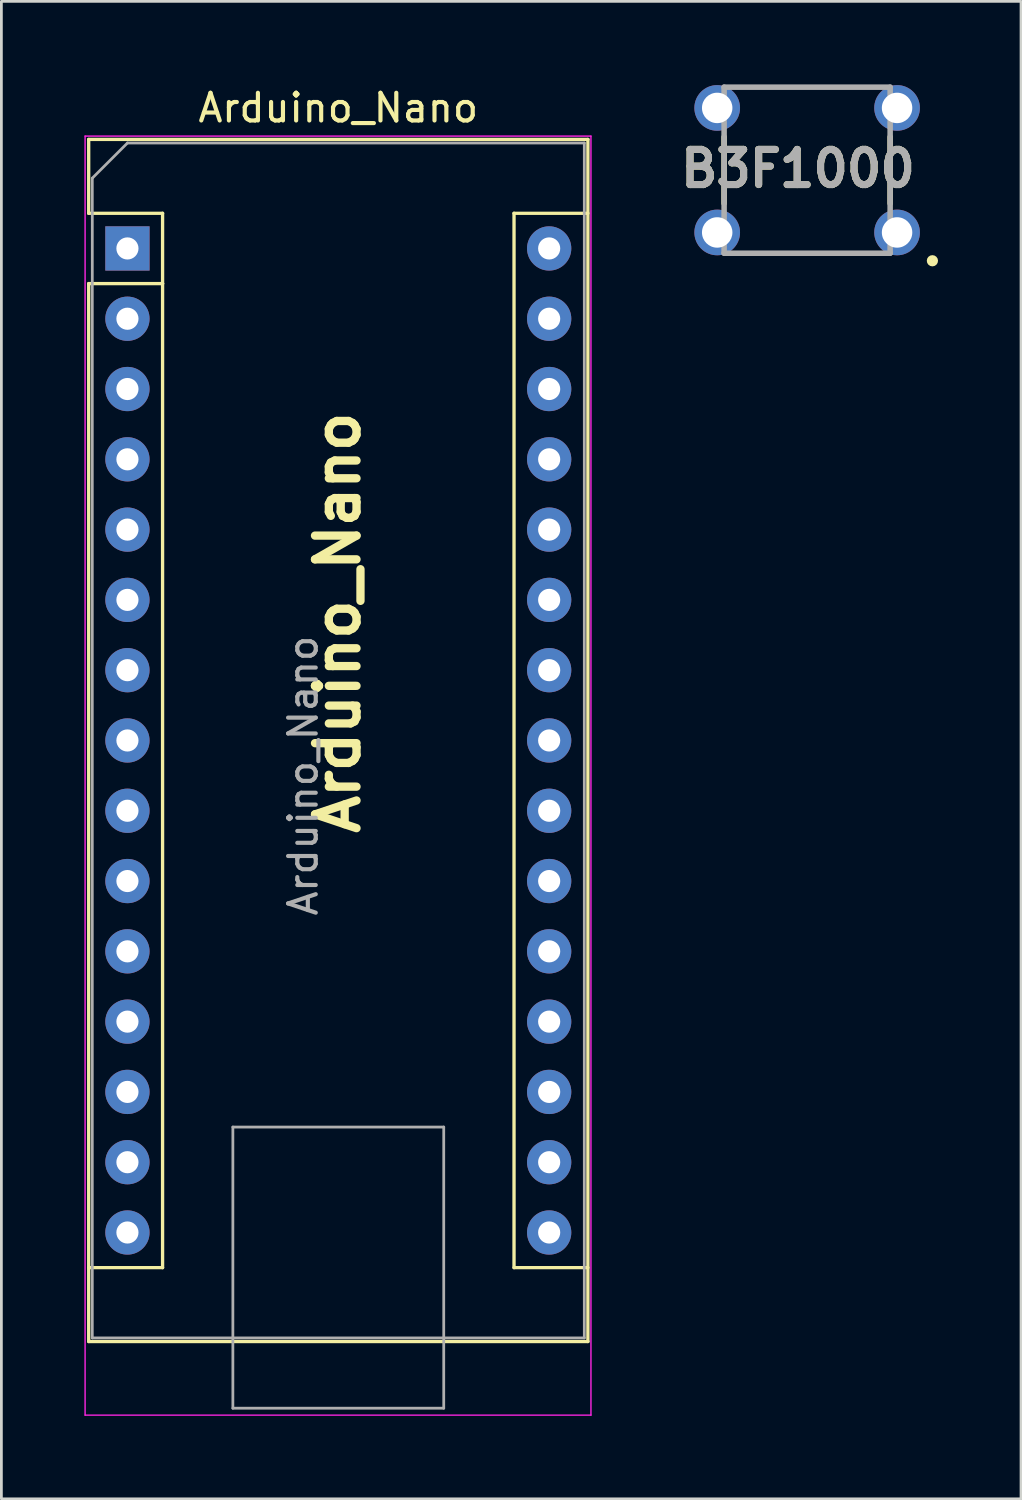
<source format=kicad_pcb>
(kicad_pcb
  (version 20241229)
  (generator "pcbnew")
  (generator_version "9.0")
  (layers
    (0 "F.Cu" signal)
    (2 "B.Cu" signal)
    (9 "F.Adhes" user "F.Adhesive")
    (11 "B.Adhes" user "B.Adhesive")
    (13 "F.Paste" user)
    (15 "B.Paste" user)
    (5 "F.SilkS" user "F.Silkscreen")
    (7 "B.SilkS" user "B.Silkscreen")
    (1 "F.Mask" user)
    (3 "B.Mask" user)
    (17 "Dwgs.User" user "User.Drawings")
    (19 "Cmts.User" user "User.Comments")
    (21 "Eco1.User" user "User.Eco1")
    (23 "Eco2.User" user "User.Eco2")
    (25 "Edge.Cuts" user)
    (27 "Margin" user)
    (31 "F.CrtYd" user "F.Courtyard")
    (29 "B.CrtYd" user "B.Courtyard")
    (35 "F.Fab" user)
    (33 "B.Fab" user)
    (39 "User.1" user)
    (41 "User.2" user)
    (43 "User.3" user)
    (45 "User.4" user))
  (footprint "B3F1000"
    (layer "F.Cu")
    (at 26.117 3.1)
    (property "Reference" "B3F1000" (at -0.33 -0.055 0) (layer "F.SilkS") (effects (font (size 1.27 1.27) (thickness 0.254))))
    (attr through_hole)
    (fp_line (start -3 -1.2) (end -3 1.2) (stroke (width 0.2) (type solid)) (layer "F.SilkS"))
    (fp_line (start 3 -1.2) (end 3 1.2) (stroke (width 0.2) (type solid)) (layer "F.SilkS"))
    (fp_circle (center 4.527 3.273) (end 4.527 3.376) (stroke (width 0.2) (type solid)) (fill no) (layer "F.SilkS"))
    (fp_line (start -3 -3) (end 3 -3) (stroke (width 0.2) (type solid)) (layer "F.Fab"))
    (fp_line (start -3 3) (end -3 -3) (stroke (width 0.2) (type solid)) (layer "F.Fab"))
    (fp_line (start 3 -3) (end 3 3) (stroke (width 0.2) (type solid)) (layer "F.Fab"))
    (fp_line (start 3 3) (end -3 3) (stroke (width 0.2) (type solid)) (layer "F.Fab"))
    (fp_text user "${REFERENCE}" (at -0.33 -0.055 0) (layer "F.Fab") (effects (font (size 1.27 1.27) (thickness 0.254))))
    (pad "1" thru_hole circle (at 3.25 2.25) (size 1.65 1.65) (drill 1.1) (layers "*.Cu" "*.Mask"))
    (pad "2" thru_hole circle (at -3.25 2.25) (size 1.65 1.65) (drill 1.1) (layers "*.Cu" "*.Mask"))
    (pad "3" thru_hole circle (at 3.25 -2.25) (size 1.65 1.65) (drill 1.1) (layers "*.Cu" "*.Mask"))
    (pad "4" thru_hole circle (at -3.25 -2.25) (size 1.65 1.65) (drill 1.1) (layers "*.Cu" "*.Mask")))
  (footprint "Arduino_Nano"
    (layer "F.Cu")
    (at 1.555 5.928)
    (property "Reference" "Arduino_Nano" (at 7.62 -5.08 0) (layer "F.SilkS") (effects (font (size 1 1) (thickness 0.15))))
    (property "Value" "Arduino_Nano" (at 8.89 19.05 90) (layer "F.Fab") (hide yes) (effects (font (size 1 1) (thickness 0.15))))
    (attr through_hole)
    (fp_line (start -1.4 -3.94) (end -1.4 -1.27) (stroke (width 0.12) (type solid)) (layer "F.SilkS"))
    (fp_line (start -1.4 1.27) (end -1.4 39.5) (stroke (width 0.12) (type solid)) (layer "F.SilkS"))
    (fp_line (start -1.4 39.5) (end 16.64 39.5) (stroke (width 0.12) (type solid)) (layer "F.SilkS"))
    (fp_line (start 1.27 -1.27) (end -1.4 -1.27) (stroke (width 0.12) (type solid)) (layer "F.SilkS"))
    (fp_line (start 1.27 1.27) (end -1.4 1.27) (stroke (width 0.12) (type solid)) (layer "F.SilkS"))
    (fp_line (start 1.27 1.27) (end 1.27 -1.27) (stroke (width 0.12) (type solid)) (layer "F.SilkS"))
    (fp_line (start 1.27 1.27) (end 1.27 36.83) (stroke (width 0.12) (type solid)) (layer "F.SilkS"))
    (fp_line (start 1.27 36.83) (end -1.4 36.83) (stroke (width 0.12) (type solid)) (layer "F.SilkS"))
    (fp_line (start 13.97 -1.27) (end 13.97 36.83) (stroke (width 0.12) (type solid)) (layer "F.SilkS"))
    (fp_line (start 13.97 -1.27) (end 16.64 -1.27) (stroke (width 0.12) (type solid)) (layer "F.SilkS"))
    (fp_line (start 13.97 36.83) (end 16.64 36.83) (stroke (width 0.12) (type solid)) (layer "F.SilkS"))
    (fp_line (start 16.64 -3.94) (end -1.4 -3.94) (stroke (width 0.12) (type solid)) (layer "F.SilkS"))
    (fp_line (start 16.64 39.5) (end 16.64 -3.94) (stroke (width 0.12) (type solid)) (layer "F.SilkS"))
    (fp_line (start -1.53 -4.06) (end -1.53 42.16) (stroke (width 0.05) (type solid)) (layer "F.CrtYd"))
    (fp_line (start -1.53 -4.06) (end 16.75 -4.06) (stroke (width 0.05) (type solid)) (layer "F.CrtYd"))
    (fp_line (start 16.75 42.16) (end -1.53 42.16) (stroke (width 0.05) (type solid)) (layer "F.CrtYd"))
    (fp_line (start 16.75 42.16) (end 16.75 -4.06) (stroke (width 0.05) (type solid)) (layer "F.CrtYd"))
    (fp_line (start -1.27 -2.54) (end 0 -3.81) (stroke (width 0.1) (type solid)) (layer "F.Fab"))
    (fp_line (start -1.27 39.37) (end -1.27 -2.54) (stroke (width 0.1) (type solid)) (layer "F.Fab"))
    (fp_line (start 0 -3.81) (end 16.51 -3.81) (stroke (width 0.1) (type solid)) (layer "F.Fab"))
    (fp_line (start 3.81 31.75) (end 11.43 31.75) (stroke (width 0.1) (type solid)) (layer "F.Fab"))
    (fp_line (start 3.81 41.91) (end 3.81 31.75) (stroke (width 0.1) (type solid)) (layer "F.Fab"))
    (fp_line (start 11.43 31.75) (end 11.43 41.91) (stroke (width 0.1) (type solid)) (layer "F.Fab"))
    (fp_line (start 11.43 41.91) (end 3.81 41.91) (stroke (width 0.1) (type solid)) (layer "F.Fab"))
    (fp_line (start 16.51 -3.81) (end 16.51 39.37) (stroke (width 0.1) (type solid)) (layer "F.Fab"))
    (fp_line (start 16.51 39.37) (end -1.27 39.37) (stroke (width 0.1) (type solid)) (layer "F.Fab"))
    (fp_text user "${VALUE}" (at 7.6 13.52 90) (layer "F.SilkS") (effects (font (size 1.5 1.5) (thickness 0.3))))
    (fp_text user "${REFERENCE}" (at 6.35 19.05 90) (layer "F.Fab") (effects (font (size 1 1) (thickness 0.15))))
    (pad "1" thru_hole rect (at 0 0) (size 1.6 1.6) (drill 0.8) (layers "*.Cu" "*.Mask"))
    (pad "2" thru_hole oval (at 0 2.54) (size 1.6 1.6) (drill 0.8) (layers "*.Cu" "*.Mask"))
    (pad "3" thru_hole oval (at 0 5.08) (size 1.6 1.6) (drill 0.8) (layers "*.Cu" "*.Mask"))
    (pad "4" thru_hole oval (at 0 7.62) (size 1.6 1.6) (drill 0.8) (layers "*.Cu" "*.Mask"))
    (pad "5" thru_hole oval (at 0 10.16) (size 1.6 1.6) (drill 0.8) (layers "*.Cu" "*.Mask"))
    (pad "6" thru_hole oval (at 0 12.7) (size 1.6 1.6) (drill 0.8) (layers "*.Cu" "*.Mask"))
    (pad "7" thru_hole oval (at 0 15.24) (size 1.6 1.6) (drill 0.8) (layers "*.Cu" "*.Mask"))
    (pad "8" thru_hole oval (at 0 17.78) (size 1.6 1.6) (drill 0.8) (layers "*.Cu" "*.Mask"))
    (pad "9" thru_hole oval (at 0 20.32) (size 1.6 1.6) (drill 0.8) (layers "*.Cu" "*.Mask"))
    (pad "10" thru_hole oval (at 0 22.86) (size 1.6 1.6) (drill 0.8) (layers "*.Cu" "*.Mask"))
    (pad "11" thru_hole oval (at 0 25.4) (size 1.6 1.6) (drill 0.8) (layers "*.Cu" "*.Mask"))
    (pad "12" thru_hole oval (at 0 27.94) (size 1.6 1.6) (drill 0.8) (layers "*.Cu" "*.Mask"))
    (pad "13" thru_hole oval (at 0 30.48) (size 1.6 1.6) (drill 0.8) (layers "*.Cu" "*.Mask"))
    (pad "14" thru_hole oval (at 0 33.02) (size 1.6 1.6) (drill 0.8) (layers "*.Cu" "*.Mask"))
    (pad "15" thru_hole oval (at 0 35.56) (size 1.6 1.6) (drill 0.8) (layers "*.Cu" "*.Mask"))
    (pad "16" thru_hole oval (at 15.24 35.56) (size 1.6 1.6) (drill 0.8) (layers "*.Cu" "*.Mask"))
    (pad "17" thru_hole oval (at 15.24 33.02) (size 1.6 1.6) (drill 0.8) (layers "*.Cu" "*.Mask"))
    (pad "18" thru_hole oval (at 15.24 30.48) (size 1.6 1.6) (drill 0.8) (layers "*.Cu" "*.Mask"))
    (pad "19" thru_hole oval (at 15.24 27.94) (size 1.6 1.6) (drill 0.8) (layers "*.Cu" "*.Mask"))
    (pad "20" thru_hole oval (at 15.24 25.4) (size 1.6 1.6) (drill 0.8) (layers "*.Cu" "*.Mask"))
    (pad "21" thru_hole oval (at 15.24 22.86) (size 1.6 1.6) (drill 0.8) (layers "*.Cu" "*.Mask"))
    (pad "22" thru_hole oval (at 15.24 20.32) (size 1.6 1.6) (drill 0.8) (layers "*.Cu" "*.Mask"))
    (pad "23" thru_hole oval (at 15.24 17.78) (size 1.6 1.6) (drill 0.8) (layers "*.Cu" "*.Mask"))
    (pad "24" thru_hole oval (at 15.24 15.24) (size 1.6 1.6) (drill 0.8) (layers "*.Cu" "*.Mask"))
    (pad "25" thru_hole oval (at 15.24 12.7) (size 1.6 1.6) (drill 0.8) (layers "*.Cu" "*.Mask"))
    (pad "26" thru_hole oval (at 15.24 10.16) (size 1.6 1.6) (drill 0.8) (layers "*.Cu" "*.Mask"))
    (pad "27" thru_hole oval (at 15.24 7.62) (size 1.6 1.6) (drill 0.8) (layers "*.Cu" "*.Mask"))
    (pad "28" thru_hole oval (at 15.24 5.08) (size 1.6 1.6) (drill 0.8) (layers "*.Cu" "*.Mask"))
    (pad "29" thru_hole oval (at 15.24 2.54) (size 1.6 1.6) (drill 0.8) (layers "*.Cu" "*.Mask"))
    (pad "30" thru_hole oval (at 15.24 0) (size 1.6 1.6) (drill 0.8) (layers "*.Cu" "*.Mask")))
  (gr_rect
    (start -3 -3)
    (end 33.847 51.113)
    (stroke (width 0.1) (type default))
    (fill no)
    (layer "Edge.Cuts")))
</source>
